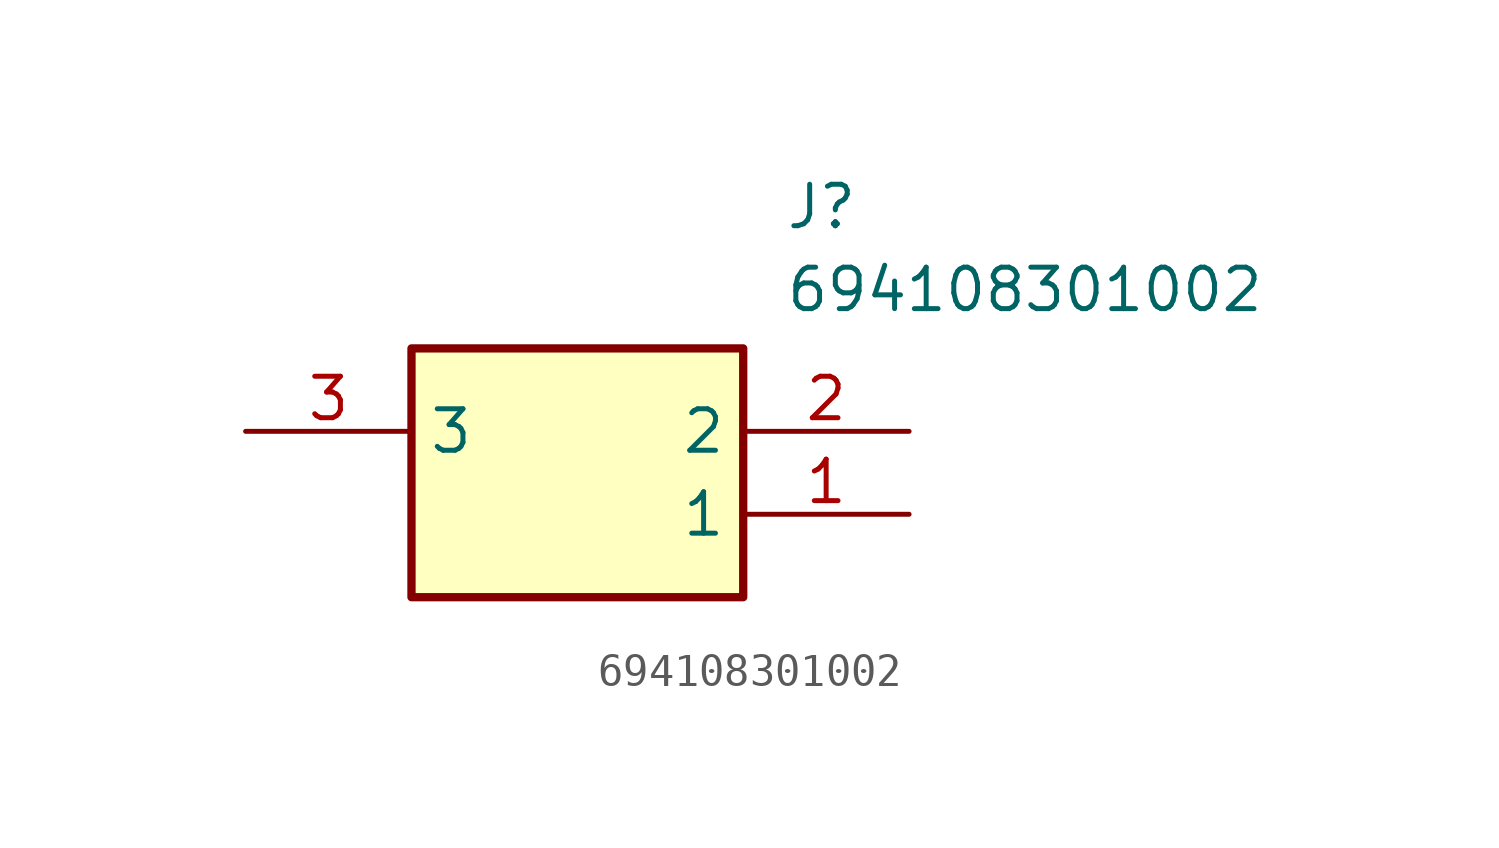
<source format=kicad_sym>
(kicad_symbol_lib
  (version 20211014)
  (generator SamacSys_ECAD_Model)
  (symbol "694108301002"
    (property "Reference" "J"
      (at 16.51 7.62 0)
      (effects (font (size 1.27 1.27)) (justify left top)))
    (property "Value" "694108301002"
      (at 16.51 5.08 0)
      (effects (font (size 1.27 1.27)) (justify left top)))
    (rectangle
      (start 5.08 2.54)
      (end 15.24 -5.08)
      (stroke (width 0.254) (type default))
      (fill (type background)))
    (pin passive line
      (at 20.32 -2.54 180)
      (length 5.08)
      (name "1" (effects (font (size 1.27 1.27))))
      (number "1" (effects (font (size 1.27 1.27)))))
    (pin passive line
      (at 20.32 0 180)
      (length 5.08)
      (name "2" (effects (font (size 1.27 1.27))))
      (number "2" (effects (font (size 1.27 1.27)))))
    (pin passive line
      (at 0 0 0)
      (length 5.08)
      (name "3" (effects (font (size 1.27 1.27))))
      (number "3" (effects (font (size 1.27 1.27)))))))
</source>
